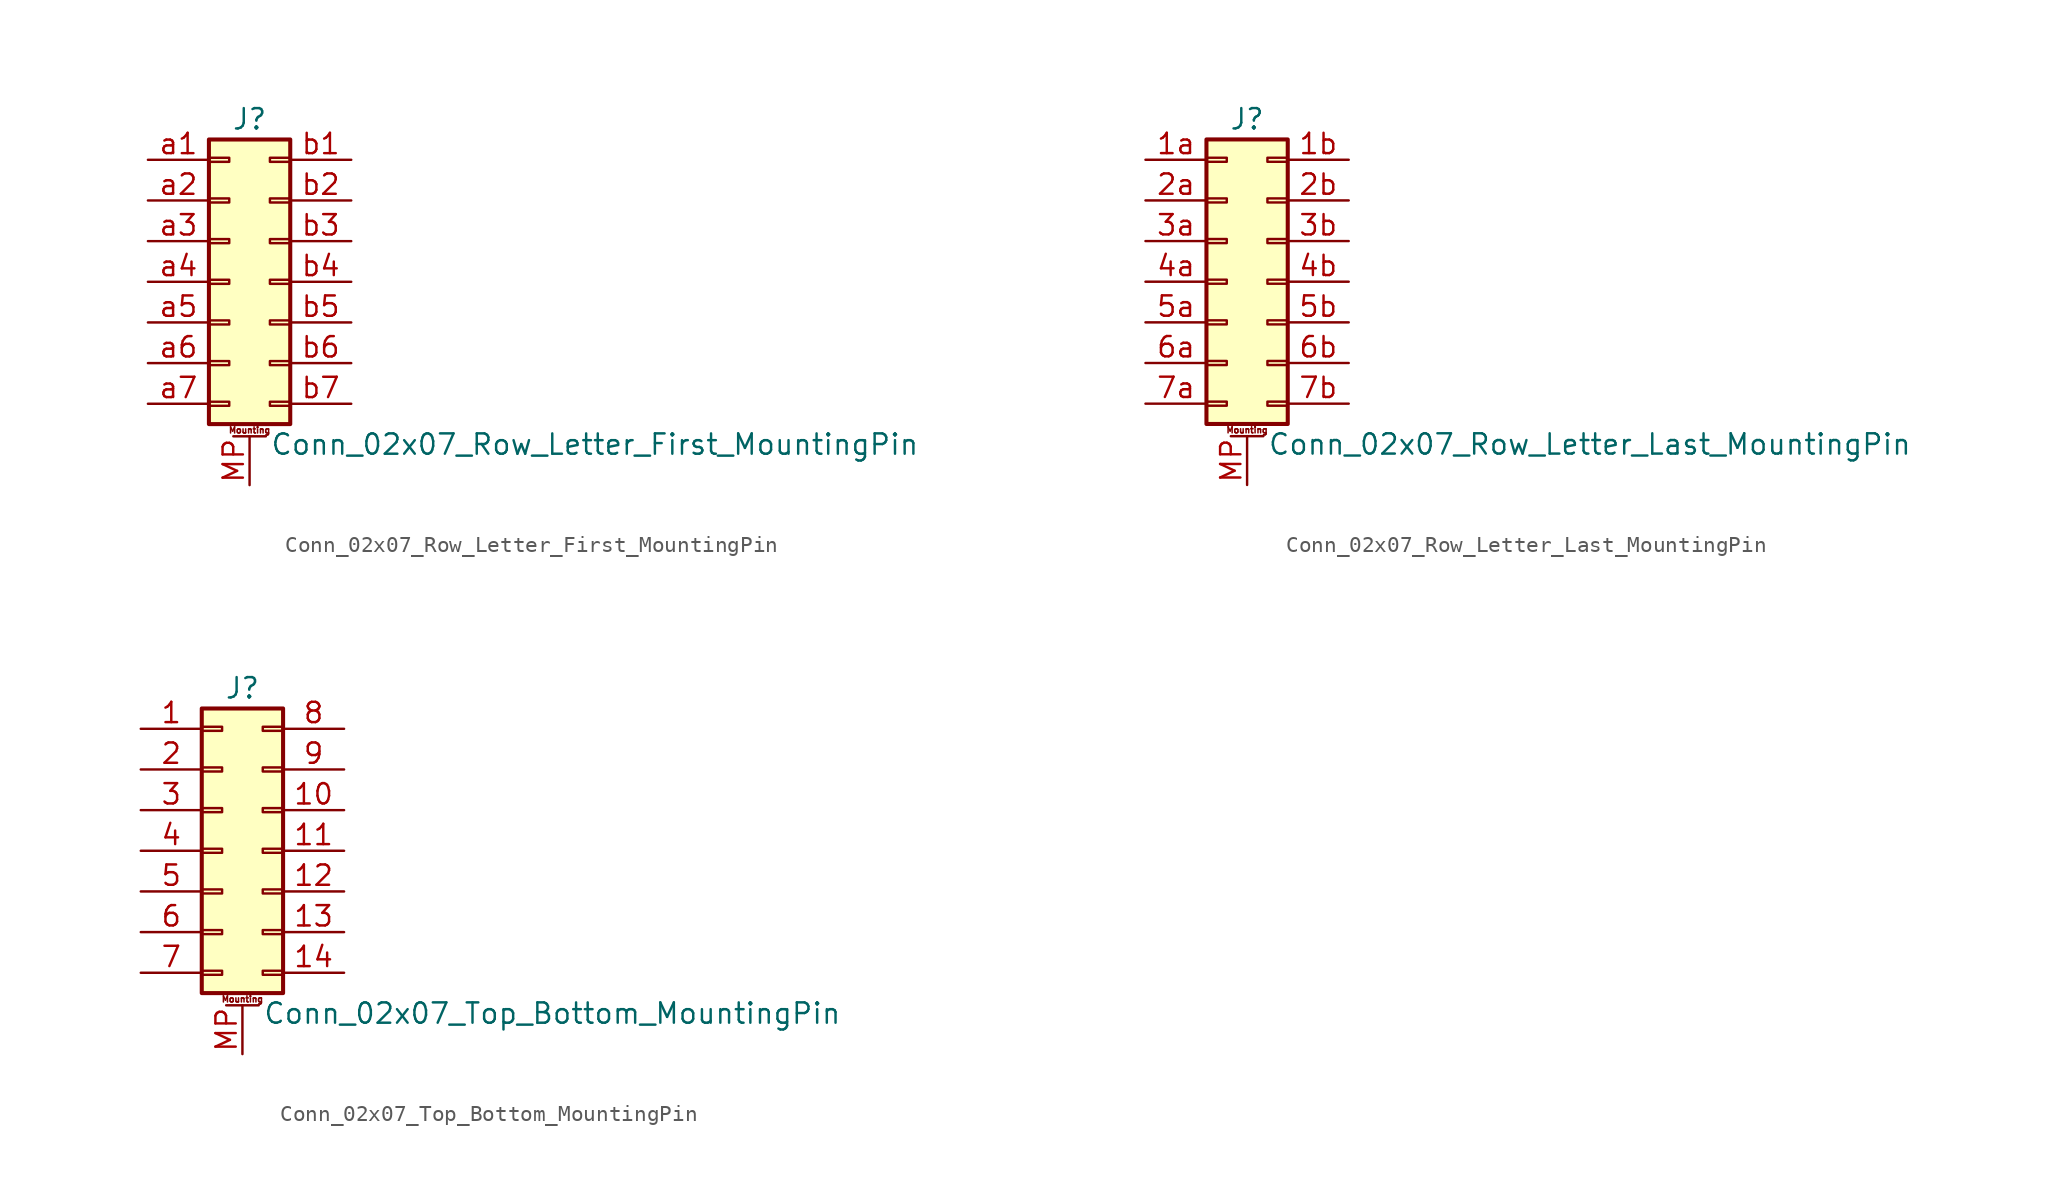
<source format=kicad_sym>
(kicad_symbol_lib
  (version 20201005)
  (generator kicad_symbol_editor)
  (symbol "Conn_02x07_Row_Letter_First_MountingPin"
    (pin_names
      (offset 1.016) hide)
    (property "Reference" "J"
      (at 1.27 10.16 0)
      (effects (font (size 1.27 1.27))))
    (property "Value" "Conn_02x07_Row_Letter_First_MountingPin"
      (at 2.54 -10.16 0)
      (effects (font (size 1.27 1.27)) (justify left)))
    (symbol "Conn_02x07_Row_Letter_First_MountingPin_1_1"
      (text "Mounting" (at 1.27 -9.271 0) (effects (font (size 0.381 0.381))))
      (rectangle (start -1.27 -7.493) (end 0 -7.747) (stroke (width 0.152)) (fill (type none)))
      (rectangle (start -1.27 -4.953) (end 0 -5.207) (stroke (width 0.152)) (fill (type none)))
      (rectangle (start -1.27 -2.413) (end 0 -2.667) (stroke (width 0.152)) (fill (type none)))
      (rectangle (start -1.27 0.127) (end 0 -0.127) (stroke (width 0.152)) (fill (type none)))
      (rectangle (start -1.27 2.667) (end 0 2.413) (stroke (width 0.152)) (fill (type none)))
      (rectangle (start -1.27 5.207) (end 0 4.953) (stroke (width 0.152)) (fill (type none)))
      (rectangle (start -1.27 7.747) (end 0 7.493) (stroke (width 0.152)) (fill (type none)))
      (rectangle (start -1.27 8.89) (end 3.81 -8.89) (stroke (width 0.254)) (fill (type background)))
      (rectangle (start 3.81 -7.493) (end 2.54 -7.747) (stroke (width 0.152)) (fill (type none)))
      (rectangle (start 3.81 -4.953) (end 2.54 -5.207) (stroke (width 0.152)) (fill (type none)))
      (rectangle (start 3.81 -2.413) (end 2.54 -2.667) (stroke (width 0.152)) (fill (type none)))
      (rectangle (start 3.81 0.127) (end 2.54 -0.127) (stroke (width 0.152)) (fill (type none)))
      (rectangle (start 3.81 2.667) (end 2.54 2.413) (stroke (width 0.152)) (fill (type none)))
      (rectangle (start 3.81 5.207) (end 2.54 4.953) (stroke (width 0.152)) (fill (type none)))
      (rectangle (start 3.81 7.747) (end 2.54 7.493) (stroke (width 0.152)) (fill (type none)))
      (polyline (pts (xy 0.254 -9.652) (xy 2.286 -9.652)) (stroke (width 0.152)) (fill (type none)))
      (pin passive line (at 1.27 -12.7 90) (length 3.048) (name "MountPin" (effects (font (size 1.27 1.27)))) (number "MP" (effects (font (size 1.27 1.27)))))
      (pin passive line (at -5.08 7.62 0) (length 3.81) (name "Pin_a1" (effects (font (size 1.27 1.27)))) (number "a1" (effects (font (size 1.27 1.27)))))
      (pin passive line (at -5.08 5.08 0) (length 3.81) (name "Pin_a2" (effects (font (size 1.27 1.27)))) (number "a2" (effects (font (size 1.27 1.27)))))
      (pin passive line (at -5.08 2.54 0) (length 3.81) (name "Pin_a3" (effects (font (size 1.27 1.27)))) (number "a3" (effects (font (size 1.27 1.27)))))
      (pin passive line (at -5.08 0 0) (length 3.81) (name "Pin_a4" (effects (font (size 1.27 1.27)))) (number "a4" (effects (font (size 1.27 1.27)))))
      (pin passive line (at -5.08 -2.54 0) (length 3.81) (name "Pin_a5" (effects (font (size 1.27 1.27)))) (number "a5" (effects (font (size 1.27 1.27)))))
      (pin passive line (at -5.08 -5.08 0) (length 3.81) (name "Pin_a6" (effects (font (size 1.27 1.27)))) (number "a6" (effects (font (size 1.27 1.27)))))
      (pin passive line (at -5.08 -7.62 0) (length 3.81) (name "Pin_a7" (effects (font (size 1.27 1.27)))) (number "a7" (effects (font (size 1.27 1.27)))))
      (pin passive line (at 7.62 7.62 180) (length 3.81) (name "Pin_b1" (effects (font (size 1.27 1.27)))) (number "b1" (effects (font (size 1.27 1.27)))))
      (pin passive line (at 7.62 5.08 180) (length 3.81) (name "Pin_b2" (effects (font (size 1.27 1.27)))) (number "b2" (effects (font (size 1.27 1.27)))))
      (pin passive line (at 7.62 2.54 180) (length 3.81) (name "Pin_b3" (effects (font (size 1.27 1.27)))) (number "b3" (effects (font (size 1.27 1.27)))))
      (pin passive line (at 7.62 0 180) (length 3.81) (name "Pin_b4" (effects (font (size 1.27 1.27)))) (number "b4" (effects (font (size 1.27 1.27)))))
      (pin passive line (at 7.62 -2.54 180) (length 3.81) (name "Pin_b5" (effects (font (size 1.27 1.27)))) (number "b5" (effects (font (size 1.27 1.27)))))
      (pin passive line (at 7.62 -5.08 180) (length 3.81) (name "Pin_b6" (effects (font (size 1.27 1.27)))) (number "b6" (effects (font (size 1.27 1.27)))))
      (pin passive line (at 7.62 -7.62 180) (length 3.81) (name "Pin_b7" (effects (font (size 1.27 1.27)))) (number "b7" (effects (font (size 1.27 1.27)))))))
  (symbol "Conn_02x07_Row_Letter_Last_MountingPin"
    (pin_names
      (offset 1.016) hide)
    (property "Reference" "J"
      (at 1.27 10.16 0)
      (effects (font (size 1.27 1.27))))
    (property "Value" "Conn_02x07_Row_Letter_Last_MountingPin"
      (at 2.54 -10.16 0)
      (effects (font (size 1.27 1.27)) (justify left)))
    (symbol "Conn_02x07_Row_Letter_Last_MountingPin_1_1"
      (text "Mounting" (at 1.27 -9.271 0) (effects (font (size 0.381 0.381))))
      (rectangle (start -1.27 -7.493) (end 0 -7.747) (stroke (width 0.152)) (fill (type none)))
      (rectangle (start -1.27 -4.953) (end 0 -5.207) (stroke (width 0.152)) (fill (type none)))
      (rectangle (start -1.27 -2.413) (end 0 -2.667) (stroke (width 0.152)) (fill (type none)))
      (rectangle (start -1.27 0.127) (end 0 -0.127) (stroke (width 0.152)) (fill (type none)))
      (rectangle (start -1.27 2.667) (end 0 2.413) (stroke (width 0.152)) (fill (type none)))
      (rectangle (start -1.27 5.207) (end 0 4.953) (stroke (width 0.152)) (fill (type none)))
      (rectangle (start -1.27 7.747) (end 0 7.493) (stroke (width 0.152)) (fill (type none)))
      (rectangle (start -1.27 8.89) (end 3.81 -8.89) (stroke (width 0.254)) (fill (type background)))
      (rectangle (start 3.81 -7.493) (end 2.54 -7.747) (stroke (width 0.152)) (fill (type none)))
      (rectangle (start 3.81 -4.953) (end 2.54 -5.207) (stroke (width 0.152)) (fill (type none)))
      (rectangle (start 3.81 -2.413) (end 2.54 -2.667) (stroke (width 0.152)) (fill (type none)))
      (rectangle (start 3.81 0.127) (end 2.54 -0.127) (stroke (width 0.152)) (fill (type none)))
      (rectangle (start 3.81 2.667) (end 2.54 2.413) (stroke (width 0.152)) (fill (type none)))
      (rectangle (start 3.81 5.207) (end 2.54 4.953) (stroke (width 0.152)) (fill (type none)))
      (rectangle (start 3.81 7.747) (end 2.54 7.493) (stroke (width 0.152)) (fill (type none)))
      (polyline (pts (xy 0.254 -9.652) (xy 2.286 -9.652)) (stroke (width 0.152)) (fill (type none)))
      (pin passive line (at -5.08 7.62 0) (length 3.81) (name "Pin_1a" (effects (font (size 1.27 1.27)))) (number "1a" (effects (font (size 1.27 1.27)))))
      (pin passive line (at 7.62 7.62 180) (length 3.81) (name "Pin_1b" (effects (font (size 1.27 1.27)))) (number "1b" (effects (font (size 1.27 1.27)))))
      (pin passive line (at -5.08 5.08 0) (length 3.81) (name "Pin_2a" (effects (font (size 1.27 1.27)))) (number "2a" (effects (font (size 1.27 1.27)))))
      (pin passive line (at 7.62 5.08 180) (length 3.81) (name "Pin_2b" (effects (font (size 1.27 1.27)))) (number "2b" (effects (font (size 1.27 1.27)))))
      (pin passive line (at -5.08 2.54 0) (length 3.81) (name "Pin_3a" (effects (font (size 1.27 1.27)))) (number "3a" (effects (font (size 1.27 1.27)))))
      (pin passive line (at 7.62 2.54 180) (length 3.81) (name "Pin_3b" (effects (font (size 1.27 1.27)))) (number "3b" (effects (font (size 1.27 1.27)))))
      (pin passive line (at -5.08 0 0) (length 3.81) (name "Pin_4a" (effects (font (size 1.27 1.27)))) (number "4a" (effects (font (size 1.27 1.27)))))
      (pin passive line (at 7.62 0 180) (length 3.81) (name "Pin_4b" (effects (font (size 1.27 1.27)))) (number "4b" (effects (font (size 1.27 1.27)))))
      (pin passive line (at -5.08 -2.54 0) (length 3.81) (name "Pin_5a" (effects (font (size 1.27 1.27)))) (number "5a" (effects (font (size 1.27 1.27)))))
      (pin passive line (at 7.62 -2.54 180) (length 3.81) (name "Pin_5b" (effects (font (size 1.27 1.27)))) (number "5b" (effects (font (size 1.27 1.27)))))
      (pin passive line (at -5.08 -5.08 0) (length 3.81) (name "Pin_6a" (effects (font (size 1.27 1.27)))) (number "6a" (effects (font (size 1.27 1.27)))))
      (pin passive line (at 7.62 -5.08 180) (length 3.81) (name "Pin_6b" (effects (font (size 1.27 1.27)))) (number "6b" (effects (font (size 1.27 1.27)))))
      (pin passive line (at -5.08 -7.62 0) (length 3.81) (name "Pin_7a" (effects (font (size 1.27 1.27)))) (number "7a" (effects (font (size 1.27 1.27)))))
      (pin passive line (at 7.62 -7.62 180) (length 3.81) (name "Pin_7b" (effects (font (size 1.27 1.27)))) (number "7b" (effects (font (size 1.27 1.27)))))
      (pin passive line (at 1.27 -12.7 90) (length 3.048) (name "MountPin" (effects (font (size 1.27 1.27)))) (number "MP" (effects (font (size 1.27 1.27)))))))
  (symbol "Conn_02x07_Top_Bottom_MountingPin"
    (pin_names
      (offset 1.016) hide)
    (property "Reference" "J"
      (at 1.27 10.16 0)
      (effects (font (size 1.27 1.27))))
    (property "Value" "Conn_02x07_Top_Bottom_MountingPin"
      (at 2.54 -10.16 0)
      (effects (font (size 1.27 1.27)) (justify left)))
    (symbol "Conn_02x07_Top_Bottom_MountingPin_1_1"
      (text "Mounting" (at 1.27 -9.271 0) (effects (font (size 0.381 0.381))))
      (rectangle (start -1.27 -7.493) (end 0 -7.747) (stroke (width 0.152)) (fill (type none)))
      (rectangle (start -1.27 -4.953) (end 0 -5.207) (stroke (width 0.152)) (fill (type none)))
      (rectangle (start -1.27 -2.413) (end 0 -2.667) (stroke (width 0.152)) (fill (type none)))
      (rectangle (start -1.27 0.127) (end 0 -0.127) (stroke (width 0.152)) (fill (type none)))
      (rectangle (start -1.27 2.667) (end 0 2.413) (stroke (width 0.152)) (fill (type none)))
      (rectangle (start -1.27 5.207) (end 0 4.953) (stroke (width 0.152)) (fill (type none)))
      (rectangle (start -1.27 7.747) (end 0 7.493) (stroke (width 0.152)) (fill (type none)))
      (rectangle (start -1.27 8.89) (end 3.81 -8.89) (stroke (width 0.254)) (fill (type background)))
      (rectangle (start 3.81 -7.493) (end 2.54 -7.747) (stroke (width 0.152)) (fill (type none)))
      (rectangle (start 3.81 -4.953) (end 2.54 -5.207) (stroke (width 0.152)) (fill (type none)))
      (rectangle (start 3.81 -2.413) (end 2.54 -2.667) (stroke (width 0.152)) (fill (type none)))
      (rectangle (start 3.81 0.127) (end 2.54 -0.127) (stroke (width 0.152)) (fill (type none)))
      (rectangle (start 3.81 2.667) (end 2.54 2.413) (stroke (width 0.152)) (fill (type none)))
      (rectangle (start 3.81 5.207) (end 2.54 4.953) (stroke (width 0.152)) (fill (type none)))
      (rectangle (start 3.81 7.747) (end 2.54 7.493) (stroke (width 0.152)) (fill (type none)))
      (polyline (pts (xy 0.254 -9.652) (xy 2.286 -9.652)) (stroke (width 0.152)) (fill (type none)))
      (pin passive line (at -5.08 7.62 0) (length 3.81) (name "Pin_1" (effects (font (size 1.27 1.27)))) (number "1" (effects (font (size 1.27 1.27)))))
      (pin passive line (at 7.62 2.54 180) (length 3.81) (name "Pin_10" (effects (font (size 1.27 1.27)))) (number "10" (effects (font (size 1.27 1.27)))))
      (pin passive line (at 7.62 0 180) (length 3.81) (name "Pin_11" (effects (font (size 1.27 1.27)))) (number "11" (effects (font (size 1.27 1.27)))))
      (pin passive line (at 7.62 -2.54 180) (length 3.81) (name "Pin_12" (effects (font (size 1.27 1.27)))) (number "12" (effects (font (size 1.27 1.27)))))
      (pin passive line (at 7.62 -5.08 180) (length 3.81) (name "Pin_13" (effects (font (size 1.27 1.27)))) (number "13" (effects (font (size 1.27 1.27)))))
      (pin passive line (at 7.62 -7.62 180) (length 3.81) (name "Pin_14" (effects (font (size 1.27 1.27)))) (number "14" (effects (font (size 1.27 1.27)))))
      (pin passive line (at -5.08 5.08 0) (length 3.81) (name "Pin_2" (effects (font (size 1.27 1.27)))) (number "2" (effects (font (size 1.27 1.27)))))
      (pin passive line (at -5.08 2.54 0) (length 3.81) (name "Pin_3" (effects (font (size 1.27 1.27)))) (number "3" (effects (font (size 1.27 1.27)))))
      (pin passive line (at -5.08 0 0) (length 3.81) (name "Pin_4" (effects (font (size 1.27 1.27)))) (number "4" (effects (font (size 1.27 1.27)))))
      (pin passive line (at -5.08 -2.54 0) (length 3.81) (name "Pin_5" (effects (font (size 1.27 1.27)))) (number "5" (effects (font (size 1.27 1.27)))))
      (pin passive line (at -5.08 -5.08 0) (length 3.81) (name "Pin_6" (effects (font (size 1.27 1.27)))) (number "6" (effects (font (size 1.27 1.27)))))
      (pin passive line (at -5.08 -7.62 0) (length 3.81) (name "Pin_7" (effects (font (size 1.27 1.27)))) (number "7" (effects (font (size 1.27 1.27)))))
      (pin passive line (at 7.62 7.62 180) (length 3.81) (name "Pin_8" (effects (font (size 1.27 1.27)))) (number "8" (effects (font (size 1.27 1.27)))))
      (pin passive line (at 7.62 5.08 180) (length 3.81) (name "Pin_9" (effects (font (size 1.27 1.27)))) (number "9" (effects (font (size 1.27 1.27)))))
      (pin passive line (at 1.27 -12.7 90) (length 3.048) (name "MountPin" (effects (font (size 1.27 1.27)))) (number "MP" (effects (font (size 1.27 1.27))))))))
</source>
